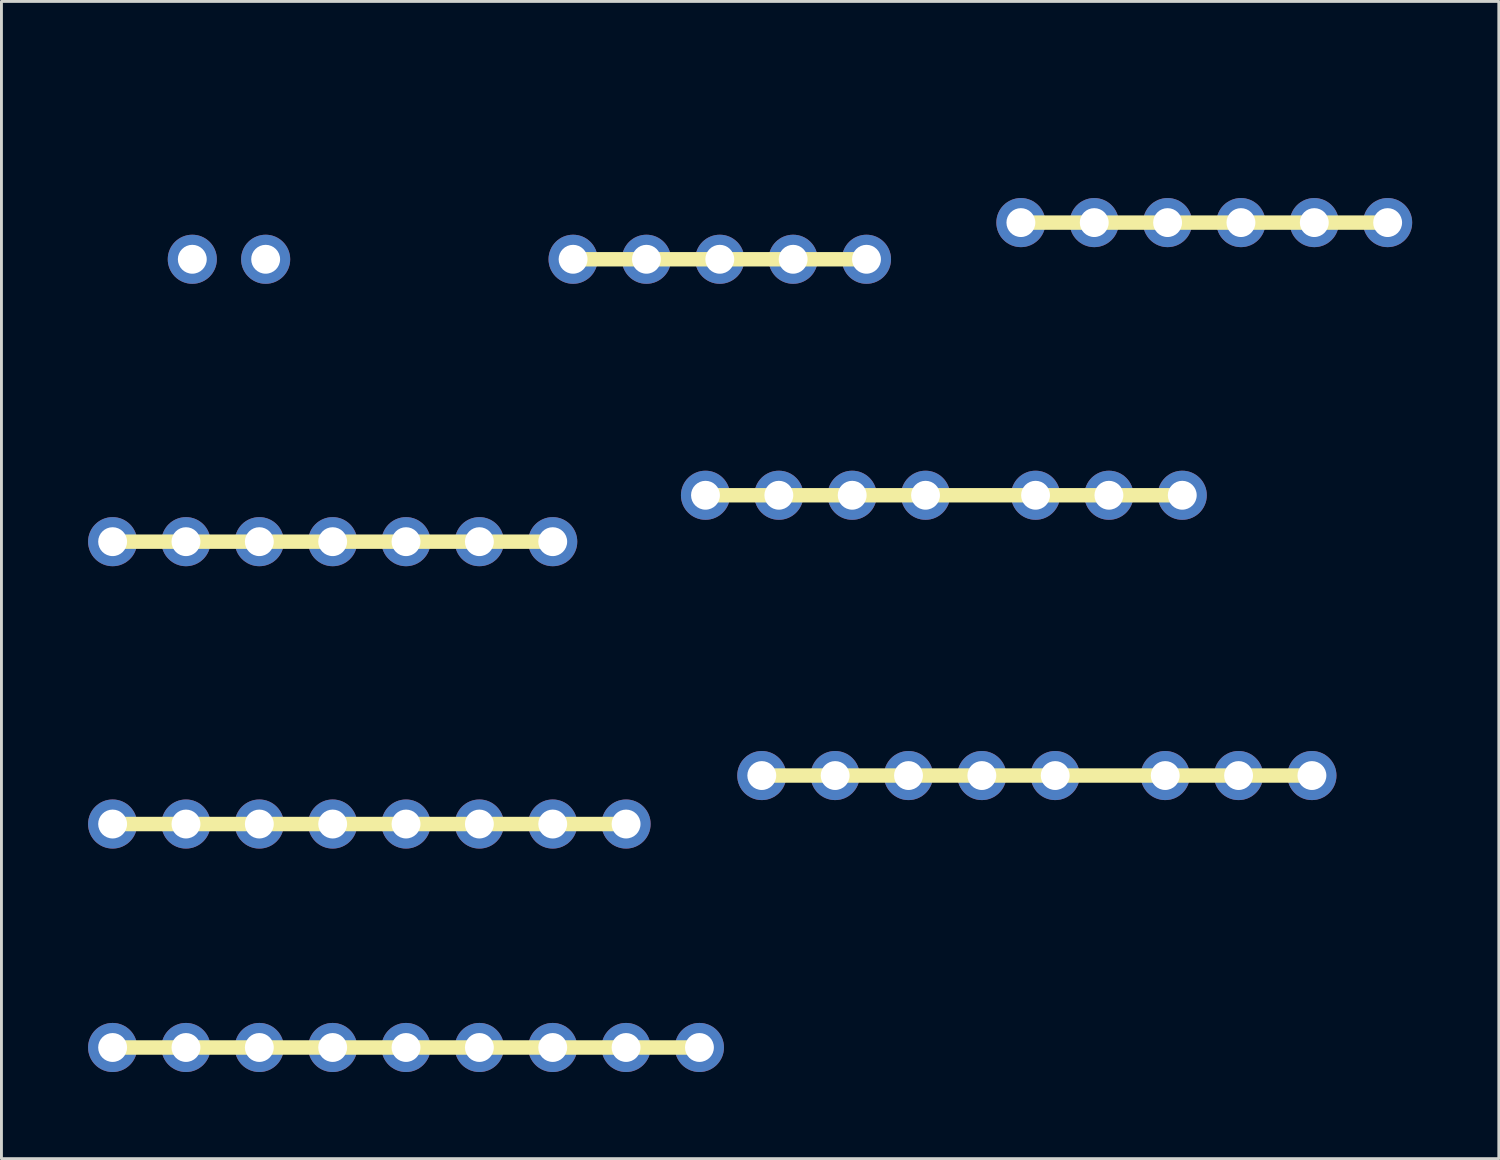
<source format=kicad_pcb>
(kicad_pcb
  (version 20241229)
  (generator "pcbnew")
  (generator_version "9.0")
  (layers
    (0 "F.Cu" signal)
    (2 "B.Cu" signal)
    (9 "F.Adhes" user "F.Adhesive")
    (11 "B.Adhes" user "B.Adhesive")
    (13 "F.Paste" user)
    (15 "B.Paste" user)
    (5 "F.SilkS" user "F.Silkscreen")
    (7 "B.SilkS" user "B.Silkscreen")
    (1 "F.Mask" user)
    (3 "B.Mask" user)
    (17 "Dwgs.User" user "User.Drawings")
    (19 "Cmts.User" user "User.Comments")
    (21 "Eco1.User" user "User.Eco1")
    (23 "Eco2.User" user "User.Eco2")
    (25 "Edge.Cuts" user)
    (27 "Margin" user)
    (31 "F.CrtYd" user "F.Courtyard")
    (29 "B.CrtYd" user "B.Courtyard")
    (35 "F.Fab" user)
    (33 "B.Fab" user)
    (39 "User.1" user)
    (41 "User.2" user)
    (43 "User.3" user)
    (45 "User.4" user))
  (footprint "9_pin_connection"
    (layer "F.Cu")
    (at 11.01 33.223)
    (property "Reference" "9_pin_connection" (at 0 -3.04 0) (unlocked yes) (layer "User.1") (effects (font (size 1 1) (thickness 0.15))))
    (attr through_hole)
    (fp_line (start -10.16 0) (end 10.16 0) (stroke (width 0.5) (type solid)) (layer "F.SilkS"))
    (pad "1" thru_hole oval (at -10.16 0) (size 1.7 1.7) (drill 1) (layers "*.Cu" "*.Mask"))
    (pad "1" thru_hole oval (at -7.62 0) (size 1.7 1.7) (drill 1) (layers "*.Cu" "*.Mask"))
    (pad "1" thru_hole oval (at -5.08 0) (size 1.7 1.7) (drill 1) (layers "*.Cu" "*.Mask"))
    (pad "1" thru_hole oval (at -2.54 0) (size 1.7 1.7) (drill 1) (layers "*.Cu" "*.Mask"))
    (pad "1" thru_hole oval (at 0 0) (size 1.7 1.7) (drill 1) (layers "*.Cu" "*.Mask"))
    (pad "1" thru_hole oval (at 2.54 0) (size 1.7 1.7) (drill 1) (layers "*.Cu" "*.Mask"))
    (pad "1" thru_hole oval (at 5.08 0) (size 1.7 1.7) (drill 1) (layers "*.Cu" "*.Mask"))
    (pad "1" thru_hole oval (at 7.62 0) (size 1.7 1.7) (drill 1) (layers "*.Cu" "*.Mask"))
    (pad "1" thru_hole oval (at 10.16 0) (size 1.7 1.7) (drill 1) (layers "*.Cu" "*.Mask")))
  (footprint "6_pin_connection"
    (layer "F.Cu")
    (at 38.652 4.658)
    (property "Reference" "6_pin_connection" (at 0 -3.81 0) (unlocked yes) (layer "User.1") (effects (font (size 1 1) (thickness 0.15))))
    (attr through_hole)
    (fp_line (start -6.35 0) (end 6.35 0) (stroke (width 0.5) (type solid)) (layer "F.SilkS"))
    (pad "1" thru_hole oval (at -6.35 0) (size 1.7 1.7) (drill 1) (layers "*.Cu" "*.Mask"))
    (pad "1" thru_hole oval (at -3.81 0) (size 1.7 1.7) (drill 1) (layers "*.Cu" "*.Mask"))
    (pad "1" thru_hole oval (at -1.27 0) (size 1.7 1.7) (drill 1) (layers "*.Cu" "*.Mask"))
    (pad "1" thru_hole oval (at 1.27 0) (size 1.7 1.7) (drill 1) (layers "*.Cu" "*.Mask"))
    (pad "1" thru_hole oval (at 3.81 0) (size 1.7 1.7) (drill 1) (layers "*.Cu" "*.Mask"))
    (pad "1" thru_hole oval (at 6.35 0) (size 1.7 1.7) (drill 1) (layers "*.Cu" "*.Mask")))
  (footprint "5_pin_connection"
    (layer "F.Cu")
    (at 21.875 5.928)
    (property "Reference" "5_pin_connection" (at 0 -5.08 0) (unlocked yes) (layer "User.1") (effects (font (size 1 1) (thickness 0.15))))
    (attr through_hole)
    (fp_line (start -5.08 0) (end 5.08 0) (stroke (width 0.5) (type solid)) (layer "F.SilkS"))
    (pad "1" thru_hole oval (at -5.08 0) (size 1.7 1.7) (drill 1) (layers "*.Cu" "*.Mask"))
    (pad "1" thru_hole oval (at -2.54 0) (size 1.7 1.7) (drill 1) (layers "*.Cu" "*.Mask"))
    (pad "1" thru_hole oval (at 0 0) (size 1.7 1.7) (drill 1) (layers "*.Cu" "*.Mask"))
    (pad "1" thru_hole oval (at 2.54 0) (size 1.7 1.7) (drill 1) (layers "*.Cu" "*.Mask"))
    (pad "1" thru_hole oval (at 5.08 0) (size 1.7 1.7) (drill 1) (layers "*.Cu" "*.Mask")))
  (footprint "2_pin_seperated"
    (layer "F.Cu")
    (at 3.609 5.928)
    (property "Reference" "2_pin_seperated" (at 2.54 -5.08 0) (unlocked yes) (layer "User.1") (effects (font (size 1 1) (thickness 0.15))))
    (attr through_hole)
    (pad "1" thru_hole oval (at 0 0) (size 1.7 1.7) (drill 1) (layers "*.Cu" "*.Mask"))
    (pad "2" thru_hole oval (at 2.54 0) (size 1.7 1.7) (drill 1) (layers "*.Cu" "*.Mask")))
  (footprint "7_pin_shifted_connection"
    (layer "F.Cu")
    (at 29 13.83)
    (property "Reference" "7_pin_shifted_connection" (at 0.446 -3.203 0) (unlocked yes) (layer "User.1") (effects (font (size 1 1) (thickness 0.15))))
    (attr through_hole)
    (fp_line (start -7.62 0.27) (end 8.89 0.27) (stroke (width 0.5) (type solid)) (layer "F.SilkS"))
    (pad "1" thru_hole oval (at -7.62 0.27) (size 1.7 1.7) (drill 1) (layers "*.Cu" "*.Mask"))
    (pad "1" thru_hole oval (at -5.08 0.27) (size 1.7 1.7) (drill 1) (layers "*.Cu" "*.Mask"))
    (pad "1" thru_hole oval (at -2.54 0.27) (size 1.7 1.7) (drill 1) (layers "*.Cu" "*.Mask"))
    (pad "1" thru_hole oval (at 0 0.27) (size 1.7 1.7) (drill 1) (layers "*.Cu" "*.Mask"))
    (pad "1" thru_hole oval (at 3.81 0.27) (size 1.7 1.7) (drill 1) (layers "*.Cu" "*.Mask"))
    (pad "1" thru_hole oval (at 6.35 0.27) (size 1.7 1.7) (drill 1) (layers "*.Cu" "*.Mask"))
    (pad "1" thru_hole oval (at 8.89 0.27) (size 1.7 1.7) (drill 1) (layers "*.Cu" "*.Mask")))
  (footprint "7_pin_connection"
    (layer "F.Cu")
    (at 8.47 15.707)
    (property "Reference" "7_pin_connection" (at 0 -5.08 0) (unlocked yes) (layer "User.1") (effects (font (size 1 1) (thickness 0.15))))
    (attr through_hole)
    (fp_line (start -7.62 0) (end 7.62 0) (stroke (width 0.5) (type solid)) (layer "F.SilkS"))
    (pad "1" thru_hole oval (at -7.62 0) (size 1.7 1.7) (drill 1) (layers "*.Cu" "*.Mask"))
    (pad "1" thru_hole oval (at -5.08 0) (size 1.7 1.7) (drill 1) (layers "*.Cu" "*.Mask"))
    (pad "1" thru_hole oval (at -2.54 0) (size 1.7 1.7) (drill 1) (layers "*.Cu" "*.Mask"))
    (pad "1" thru_hole oval (at 0 0) (size 1.7 1.7) (drill 1) (layers "*.Cu" "*.Mask"))
    (pad "1" thru_hole oval (at 2.54 0) (size 1.7 1.7) (drill 1) (layers "*.Cu" "*.Mask"))
    (pad "1" thru_hole oval (at 5.08 0) (size 1.7 1.7) (drill 1) (layers "*.Cu" "*.Mask"))
    (pad "1" thru_hole oval (at 7.62 0) (size 1.7 1.7) (drill 1) (layers "*.Cu" "*.Mask")))
  (footprint "8_pin_shifted_connection"
    (layer "F.Cu")
    (at 30.95 23.806)
    (property "Reference" "8_pin_shifted_connection" (at 1.645 -3.401 0) (unlocked yes) (layer "User.1") (effects (font (size 1 1) (thickness 0.15))))
    (attr through_hole)
    (fp_line (start -7.62 0) (end 11.43 0) (stroke (width 0.5) (type solid)) (layer "F.SilkS"))
    (pad "1" thru_hole oval (at -7.62 0) (size 1.7 1.7) (drill 1) (layers "*.Cu" "*.Mask"))
    (pad "1" thru_hole oval (at -5.08 0) (size 1.7 1.7) (drill 1) (layers "*.Cu" "*.Mask"))
    (pad "1" thru_hole oval (at -2.54 0) (size 1.7 1.7) (drill 1) (layers "*.Cu" "*.Mask"))
    (pad "1" thru_hole oval (at 0 0) (size 1.7 1.7) (drill 1) (layers "*.Cu" "*.Mask"))
    (pad "1" thru_hole oval (at 2.54 0) (size 1.7 1.7) (drill 1) (layers "*.Cu" "*.Mask"))
    (pad "1" thru_hole oval (at 6.35 0) (size 1.7 1.7) (drill 1) (layers "*.Cu" "*.Mask"))
    (pad "1" thru_hole oval (at 8.89 0) (size 1.7 1.7) (drill 1) (layers "*.Cu" "*.Mask"))
    (pad "1" thru_hole oval (at 11.43 0) (size 1.7 1.7) (drill 1) (layers "*.Cu" "*.Mask")))
  (footprint "8_pin_connection"
    (layer "F.Cu")
    (at 11.01 25.485)
    (property "Reference" "8_pin_connection" (at 0 -5.08 0) (unlocked yes) (layer "User.1") (effects (font (size 1 1) (thickness 0.15))))
    (attr through_hole)
    (fp_line (start -10.16 0) (end 7.62 0) (stroke (width 0.5) (type solid)) (layer "F.SilkS"))
    (pad "1" thru_hole oval (at -10.16 0) (size 1.7 1.7) (drill 1) (layers "*.Cu" "*.Mask"))
    (pad "1" thru_hole oval (at -7.62 0) (size 1.7 1.7) (drill 1) (layers "*.Cu" "*.Mask"))
    (pad "1" thru_hole oval (at -5.08 0) (size 1.7 1.7) (drill 1) (layers "*.Cu" "*.Mask"))
    (pad "1" thru_hole oval (at -2.54 0) (size 1.7 1.7) (drill 1) (layers "*.Cu" "*.Mask"))
    (pad "1" thru_hole oval (at 0 0) (size 1.7 1.7) (drill 1) (layers "*.Cu" "*.Mask"))
    (pad "1" thru_hole oval (at 2.54 0) (size 1.7 1.7) (drill 1) (layers "*.Cu" "*.Mask"))
    (pad "1" thru_hole oval (at 5.08 0) (size 1.7 1.7) (drill 1) (layers "*.Cu" "*.Mask"))
    (pad "1" thru_hole oval (at 7.62 0) (size 1.7 1.7) (drill 1) (layers "*.Cu" "*.Mask")))
  (gr_rect
    (start -3 -3)
    (end 48.852 37.073)
    (stroke (width 0.1) (type default))
    (fill no)
    (layer "Edge.Cuts")))
</source>
